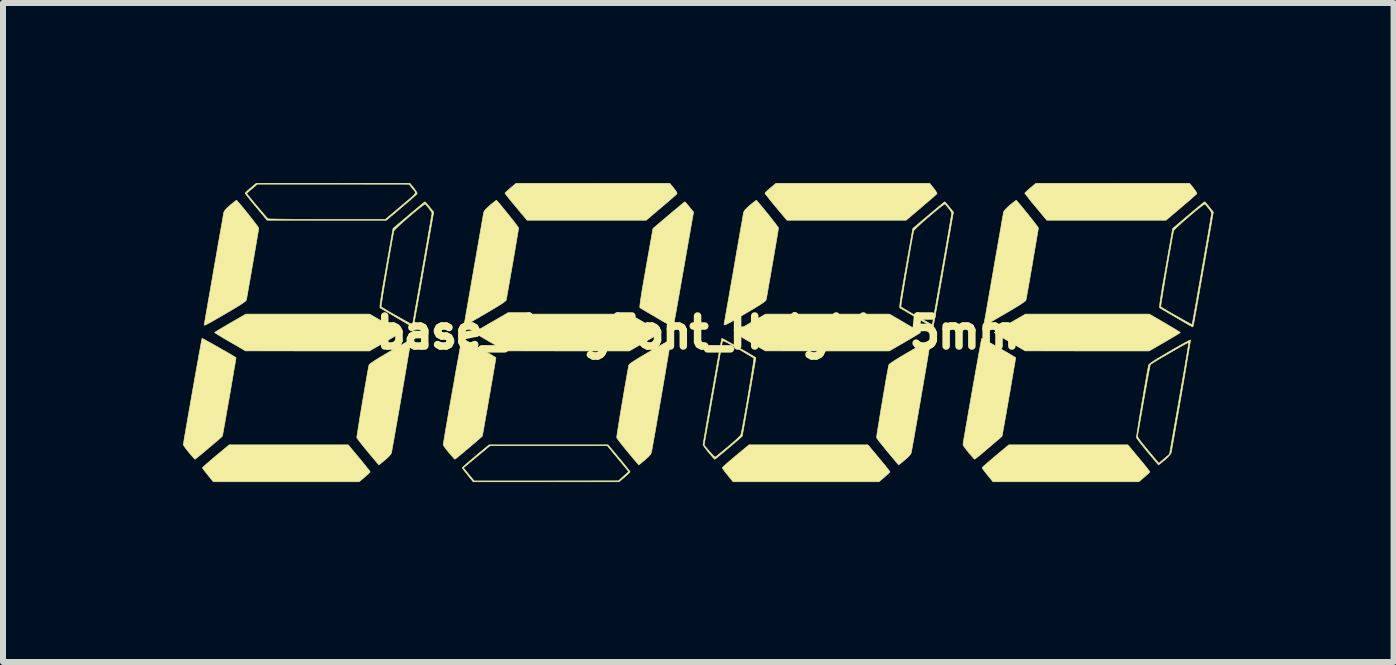
<source format=kicad_pcb>
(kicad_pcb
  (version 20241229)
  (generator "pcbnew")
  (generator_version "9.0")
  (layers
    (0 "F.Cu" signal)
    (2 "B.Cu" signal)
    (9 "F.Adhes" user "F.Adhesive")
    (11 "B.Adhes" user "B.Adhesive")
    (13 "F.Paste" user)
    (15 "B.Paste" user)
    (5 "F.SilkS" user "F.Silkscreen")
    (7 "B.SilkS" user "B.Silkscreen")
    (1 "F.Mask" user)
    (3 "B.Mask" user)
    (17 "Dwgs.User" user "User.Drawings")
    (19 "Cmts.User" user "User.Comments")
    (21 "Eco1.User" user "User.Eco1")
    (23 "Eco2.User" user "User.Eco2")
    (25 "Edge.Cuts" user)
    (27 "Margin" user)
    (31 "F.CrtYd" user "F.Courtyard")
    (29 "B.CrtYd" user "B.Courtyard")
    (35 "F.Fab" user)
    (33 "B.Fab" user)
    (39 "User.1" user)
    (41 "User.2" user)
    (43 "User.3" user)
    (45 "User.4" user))
  (footprint "base_7segFont_Height-5mm"
    (layer "F.Cu")
    (at 8.588 2.492)
    (property "Reference" "base_7segFont_Height-5mm" (at 0 0 0) (layer "F.SilkS") (effects (font (size 0.5 0.5) (thickness 0.125))))
    (attr through_hole)
    (fp_poly (pts (xy -5.651 2.092) (xy -5.597 2.157) (xy -5.55 2.216) (xy -5.511 2.265) (xy -5.483 2.3) (xy -5.47 2.32) (xy -5.469 2.323) (xy -5.479 2.335) (xy -5.505 2.36) (xy -5.542 2.393) (xy -5.561 2.41) (xy -5.652 2.487) (xy -8.083 2.487) (xy -8.173 2.376) (xy -8.21 2.33) (xy -8.24 2.291) (xy -8.259 2.264) (xy -8.264 2.255) (xy -8.254 2.243) (xy -8.227 2.217) (xy -8.184 2.18) (xy -8.13 2.133) (xy -8.068 2.08) (xy -8.041 2.057) (xy -7.818 1.872) (xy -5.835 1.872) (xy -5.651 2.092)) (stroke (width 0.01) (type solid)) (fill yes) (layer "F.SilkS"))
    (fp_poly (pts (xy -0.475 -2.486) (xy -0.41 -2.407) (xy -0.38 -2.367) (xy -0.36 -2.335) (xy -0.353 -2.315) (xy -0.354 -2.314) (xy -0.366 -2.302) (xy -0.395 -2.275) (xy -0.44 -2.236) (xy -0.496 -2.187) (xy -0.561 -2.132) (xy -0.615 -2.086) (xy -0.868 -1.872) (xy -2.854 -1.872) (xy -3.038 -2.092) (xy -3.092 -2.157) (xy -3.14 -2.216) (xy -3.179 -2.265) (xy -3.206 -2.3) (xy -3.22 -2.32) (xy -3.221 -2.323) (xy -3.211 -2.335) (xy -3.185 -2.36) (xy -3.147 -2.393) (xy -3.128 -2.41) (xy -3.036 -2.487) (xy -0.475 -2.486)) (stroke (width 0.01) (type solid)) (fill yes) (layer "F.SilkS"))
    (fp_poly (pts (xy 3.011 2.092) (xy 3.065 2.157) (xy 3.113 2.216) (xy 3.152 2.265) (xy 3.179 2.3) (xy 3.193 2.32) (xy 3.194 2.323) (xy 3.184 2.335) (xy 3.158 2.36) (xy 3.121 2.393) (xy 3.102 2.41) (xy 3.011 2.487) (xy 0.58 2.487) (xy 0.49 2.376) (xy 0.452 2.33) (xy 0.423 2.291) (xy 0.404 2.264) (xy 0.399 2.255) (xy 0.409 2.243) (xy 0.436 2.217) (xy 0.478 2.18) (xy 0.532 2.133) (xy 0.595 2.08) (xy 0.622 2.057) (xy 0.845 1.872) (xy 2.828 1.872) (xy 3.011 2.092)) (stroke (width 0.01) (type solid)) (fill yes) (layer "F.SilkS"))
    (fp_poly (pts (xy 7.343 2.092) (xy 7.397 2.157) (xy 7.445 2.216) (xy 7.483 2.265) (xy 7.511 2.3) (xy 7.524 2.32) (xy 7.526 2.323) (xy 7.516 2.335) (xy 7.49 2.36) (xy 7.452 2.393) (xy 7.433 2.41) (xy 7.342 2.487) (xy 4.911 2.487) (xy 4.821 2.376) (xy 4.784 2.33) (xy 4.754 2.291) (xy 4.735 2.264) (xy 4.73 2.255) (xy 4.74 2.243) (xy 4.768 2.217) (xy 4.81 2.18) (xy 4.864 2.133) (xy 4.926 2.08) (xy 4.953 2.057) (xy 5.176 1.872) (xy 7.159 1.872) (xy 7.343 2.092)) (stroke (width 0.01) (type solid)) (fill yes) (layer "F.SilkS"))
    (fp_poly (pts (xy 8.188 -2.486) (xy 8.253 -2.407) (xy 8.282 -2.367) (xy 8.303 -2.335) (xy 8.31 -2.315) (xy 8.309 -2.314) (xy 8.297 -2.302) (xy 8.267 -2.275) (xy 8.223 -2.236) (xy 8.167 -2.187) (xy 8.102 -2.132) (xy 8.048 -2.086) (xy 7.795 -1.872) (xy 5.808 -1.872) (xy 5.625 -2.092) (xy 5.571 -2.157) (xy 5.523 -2.216) (xy 5.484 -2.265) (xy 5.457 -2.3) (xy 5.443 -2.32) (xy 5.442 -2.323) (xy 5.452 -2.335) (xy 5.478 -2.36) (xy 5.515 -2.393) (xy 5.535 -2.41) (xy 5.627 -2.487) (xy 8.188 -2.486)) (stroke (width 0.01) (type solid)) (fill yes) (layer "F.SilkS"))
    (fp_poly (pts (xy 2.576 -2.486) (xy 3.857 -2.486) (xy 3.921 -2.407) (xy 3.951 -2.367) (xy 3.971 -2.335) (xy 3.978 -2.315) (xy 3.978 -2.314) (xy 3.966 -2.302) (xy 3.936 -2.275) (xy 3.892 -2.236) (xy 3.835 -2.187) (xy 3.77 -2.132) (xy 3.717 -2.086) (xy 3.464 -1.872) (xy 1.477 -1.872) (xy 1.293 -2.092) (xy 1.239 -2.157) (xy 1.191 -2.216) (xy 1.153 -2.265) (xy 1.125 -2.3) (xy 1.112 -2.32) (xy 1.111 -2.323) (xy 1.121 -2.335) (xy 1.147 -2.36) (xy 1.184 -2.393) (xy 1.203 -2.41) (xy 1.295 -2.487) (xy 2.576 -2.486)) (stroke (width 0.01) (type solid)) (fill yes) (layer "F.SilkS"))
    (fp_poly (pts (xy -5.219 -0.157) (xy -5.144 -0.113) (xy -5.078 -0.074) (xy -5.023 -0.041) (xy -4.984 -0.017) (xy -4.963 -0.003) (xy -4.96 0) (xy -4.971 0.008) (xy -5.002 0.028) (xy -5.05 0.057) (xy -5.111 0.093) (xy -5.182 0.135) (xy -5.22 0.157) (xy -5.48 0.307) (xy -6.513 0.307) (xy -7.546 0.306) (xy -7.804 0.156) (xy -7.878 0.113) (xy -7.944 0.074) (xy -7.998 0.041) (xy -8.037 0.016) (xy -8.058 0.002) (xy -8.061 0) (xy -8.05 -0.008) (xy -8.019 -0.028) (xy -7.971 -0.057) (xy -7.91 -0.093) (xy -7.839 -0.135) (xy -7.801 -0.157) (xy -7.541 -0.307) (xy -5.477 -0.307) (xy -5.219 -0.157)) (stroke (width 0.01) (type solid)) (fill yes) (layer "F.SilkS"))
    (fp_poly (pts (xy -0.887 -0.157) (xy -0.813 -0.113) (xy -0.746 -0.074) (xy -0.692 -0.041) (xy -0.653 -0.017) (xy -0.631 -0.003) (xy -0.629 0) (xy -0.64 0.008) (xy -0.671 0.028) (xy -0.718 0.057) (xy -0.779 0.093) (xy -0.85 0.135) (xy -0.889 0.157) (xy -1.148 0.307) (xy -2.182 0.307) (xy -3.215 0.306) (xy -3.472 0.156) (xy -3.547 0.113) (xy -3.613 0.074) (xy -3.667 0.041) (xy -3.706 0.016) (xy -3.727 0.002) (xy -3.729 0) (xy -3.718 -0.008) (xy -3.687 -0.028) (xy -3.64 -0.057) (xy -3.579 -0.093) (xy -3.508 -0.135) (xy -3.47 -0.157) (xy -3.21 -0.307) (xy -1.146 -0.307) (xy -0.887 -0.157)) (stroke (width 0.01) (type solid)) (fill yes) (layer "F.SilkS"))
    (fp_poly (pts (xy 3.444 -0.157) (xy 3.519 -0.113) (xy 3.585 -0.074) (xy 3.639 -0.041) (xy 3.679 -0.017) (xy 3.7 -0.003) (xy 3.703 0) (xy 3.691 0.008) (xy 3.661 0.028) (xy 3.613 0.057) (xy 3.552 0.093) (xy 3.481 0.135) (xy 3.443 0.157) (xy 3.183 0.307) (xy 2.15 0.307) (xy 1.116 0.306) (xy 0.859 0.156) (xy 0.785 0.113) (xy 0.719 0.074) (xy 0.665 0.041) (xy 0.625 0.016) (xy 0.605 0.002) (xy 0.602 0) (xy 0.613 -0.008) (xy 0.644 -0.028) (xy 0.692 -0.057) (xy 0.752 -0.093) (xy 0.824 -0.135) (xy 0.862 -0.157) (xy 1.122 -0.307) (xy 3.186 -0.307) (xy 3.444 -0.157)) (stroke (width 0.01) (type solid)) (fill yes) (layer "F.SilkS"))
    (fp_poly (pts (xy 7.776 -0.157) (xy 7.85 -0.113) (xy 7.916 -0.074) (xy 7.971 -0.041) (xy 8.01 -0.017) (xy 8.031 -0.003) (xy 8.034 0) (xy 8.023 0.008) (xy 7.992 0.028) (xy 7.944 0.057) (xy 7.883 0.093) (xy 7.812 0.135) (xy 7.774 0.157) (xy 7.515 0.307) (xy 6.481 0.307) (xy 5.448 0.306) (xy 5.191 0.156) (xy 5.116 0.113) (xy 5.05 0.074) (xy 4.996 0.041) (xy 4.957 0.016) (xy 4.936 0.002) (xy 4.933 0) (xy 4.944 -0.008) (xy 4.975 -0.028) (xy 5.023 -0.057) (xy 5.084 -0.093) (xy 5.155 -0.135) (xy 5.193 -0.157) (xy 5.453 -0.307) (xy 7.517 -0.307) (xy 7.776 -0.157)) (stroke (width 0.01) (type solid)) (fill yes) (layer "F.SilkS"))
    (fp_poly (pts (xy -1.32 2.092) (xy -1.266 2.157) (xy -1.218 2.216) (xy -1.179 2.265) (xy -1.152 2.3) (xy -1.138 2.32) (xy -1.137 2.323) (xy -1.147 2.335) (xy -1.173 2.36) (xy -1.21 2.393) (xy -1.229 2.41) (xy -1.321 2.487) (xy -3.752 2.487) (xy -3.842 2.376) (xy -3.879 2.33) (xy -3.909 2.291) (xy -3.928 2.264) (xy -3.932 2.255) (xy -3.915 2.255) (xy -3.826 2.364) (xy -3.736 2.473) (xy -2.533 2.473) (xy -1.33 2.472) (xy -1.245 2.395) (xy -1.159 2.318) (xy -1.338 2.101) (xy -1.517 1.885) (xy -2.494 1.885) (xy -3.47 1.885) (xy -3.915 2.255) (xy -3.932 2.255) (xy -3.932 2.255) (xy -3.923 2.243) (xy -3.895 2.217) (xy -3.853 2.18) (xy -3.799 2.133) (xy -3.736 2.08) (xy -3.71 2.057) (xy -3.486 1.872) (xy -1.504 1.872) (xy -1.32 2.092)) (stroke (width 0.01) (type solid)) (fill yes) (layer "F.SilkS"))
    (fp_poly (pts (xy -0.213 -2.169) (xy -0.191 -2.144) (xy -0.16 -2.107) (xy -0.149 -2.093) (xy -0.079 -2.007) (xy -0.24 -1.087) (xy -0.273 -0.901) (xy -0.301 -0.74) (xy -0.325 -0.602) (xy -0.346 -0.485) (xy -0.363 -0.388) (xy -0.377 -0.308) (xy -0.389 -0.244) (xy -0.398 -0.194) (xy -0.405 -0.156) (xy -0.411 -0.129) (xy -0.415 -0.111) (xy -0.418 -0.101) (xy -0.42 -0.095) (xy -0.422 -0.094) (xy -0.424 -0.094) (xy -0.426 -0.095) (xy -0.439 -0.102) (xy -0.472 -0.12) (xy -0.522 -0.148) (xy -0.584 -0.184) (xy -0.656 -0.226) (xy -0.695 -0.249) (xy -0.771 -0.294) (xy -0.84 -0.334) (xy -0.898 -0.368) (xy -0.941 -0.394) (xy -0.967 -0.409) (xy -0.972 -0.412) (xy -0.974 -0.421) (xy -0.974 -0.446) (xy -0.969 -0.487) (xy -0.961 -0.547) (xy -0.949 -0.626) (xy -0.933 -0.726) (xy -0.912 -0.848) (xy -0.886 -0.995) (xy -0.872 -1.078) (xy -0.755 -1.734) (xy -0.492 -1.957) (xy -0.421 -2.017) (xy -0.356 -2.07) (xy -0.302 -2.116) (xy -0.259 -2.151) (xy -0.232 -2.172) (xy -0.223 -2.179) (xy -0.213 -2.169)) (stroke (width 0.01) (type solid)) (fill yes) (layer "F.SilkS"))
    (fp_poly (pts (xy -4.793 0.137) (xy -4.798 0.175) (xy -4.808 0.233) (xy -4.82 0.31) (xy -4.836 0.404) (xy -4.854 0.511) (xy -4.874 0.629) (xy -4.895 0.755) (xy -4.918 0.888) (xy -4.941 1.024) (xy -4.965 1.161) (xy -4.988 1.296) (xy -5.011 1.427) (xy -5.033 1.551) (xy -5.053 1.666) (xy -5.071 1.77) (xy -5.087 1.858) (xy -5.1 1.93) (xy -5.109 1.983) (xy -5.114 2.006) (xy -5.129 2.033) (xy -5.164 2.072) (xy -5.216 2.119) (xy -5.22 2.123) (xy -5.263 2.158) (xy -5.297 2.186) (xy -5.319 2.203) (xy -5.323 2.205) (xy -5.333 2.196) (xy -5.357 2.168) (xy -5.392 2.126) (xy -5.437 2.072) (xy -5.489 2.01) (xy -5.506 1.99) (xy -5.56 1.924) (xy -5.608 1.864) (xy -5.647 1.814) (xy -5.676 1.776) (xy -5.69 1.754) (xy -5.691 1.752) (xy -5.69 1.736) (xy -5.684 1.696) (xy -5.675 1.637) (xy -5.663 1.562) (xy -5.649 1.473) (xy -5.633 1.373) (xy -5.615 1.267) (xy -5.597 1.157) (xy -5.578 1.047) (xy -5.56 0.939) (xy -5.542 0.838) (xy -5.526 0.745) (xy -5.512 0.665) (xy -5.5 0.601) (xy -5.491 0.555) (xy -5.488 0.541) (xy -5.476 0.527) (xy -5.444 0.502) (xy -5.391 0.467) (xy -5.317 0.421) (xy -5.22 0.363) (xy -5.14 0.316) (xy -5.053 0.266) (xy -4.974 0.221) (xy -4.906 0.183) (xy -4.851 0.153) (xy -4.812 0.133) (xy -4.793 0.124) (xy -4.791 0.124) (xy -4.793 0.137)) (stroke (width 0.01) (type solid)) (fill yes) (layer "F.SilkS"))
    (fp_poly (pts (xy -0.461 0.137) (xy -0.467 0.175) (xy -0.476 0.233) (xy -0.489 0.31) (xy -0.505 0.404) (xy -0.523 0.511) (xy -0.543 0.629) (xy -0.564 0.755) (xy -0.587 0.888) (xy -0.61 1.024) (xy -0.634 1.161) (xy -0.657 1.296) (xy -0.68 1.427) (xy -0.701 1.551) (xy -0.721 1.666) (xy -0.74 1.77) (xy -0.755 1.858) (xy -0.768 1.93) (xy -0.778 1.983) (xy -0.783 2.006) (xy -0.798 2.033) (xy -0.833 2.072) (xy -0.885 2.119) (xy -0.889 2.123) (xy -0.932 2.158) (xy -0.966 2.186) (xy -0.987 2.203) (xy -0.992 2.205) (xy -1.001 2.196) (xy -1.025 2.168) (xy -1.061 2.126) (xy -1.106 2.072) (xy -1.158 2.01) (xy -1.175 1.99) (xy -1.229 1.924) (xy -1.277 1.864) (xy -1.316 1.814) (xy -1.344 1.776) (xy -1.358 1.754) (xy -1.36 1.752) (xy -1.358 1.736) (xy -1.353 1.696) (xy -1.344 1.637) (xy -1.332 1.562) (xy -1.318 1.473) (xy -1.302 1.373) (xy -1.284 1.267) (xy -1.266 1.157) (xy -1.247 1.047) (xy -1.229 0.939) (xy -1.211 0.838) (xy -1.195 0.745) (xy -1.181 0.665) (xy -1.169 0.601) (xy -1.16 0.555) (xy -1.157 0.541) (xy -1.145 0.527) (xy -1.113 0.502) (xy -1.06 0.467) (xy -0.986 0.421) (xy -0.889 0.363) (xy -0.808 0.316) (xy -0.722 0.266) (xy -0.643 0.221) (xy -0.575 0.183) (xy -0.52 0.153) (xy -0.481 0.133) (xy -0.462 0.124) (xy -0.46 0.124) (xy -0.461 0.137)) (stroke (width 0.01) (type solid)) (fill yes) (layer "F.SilkS"))
    (fp_poly (pts (xy 3.87 0.137) (xy 3.864 0.175) (xy 3.855 0.233) (xy 3.842 0.31) (xy 3.827 0.404) (xy 3.809 0.511) (xy 3.789 0.629) (xy 3.767 0.755) (xy 3.745 0.888) (xy 3.721 1.024) (xy 3.698 1.161) (xy 3.674 1.296) (xy 3.652 1.427) (xy 3.63 1.551) (xy 3.61 1.666) (xy 3.592 1.77) (xy 3.576 1.858) (xy 3.563 1.93) (xy 3.553 1.983) (xy 3.549 2.006) (xy 3.534 2.033) (xy 3.499 2.072) (xy 3.447 2.119) (xy 3.442 2.123) (xy 3.4 2.158) (xy 3.365 2.186) (xy 3.344 2.203) (xy 3.339 2.205) (xy 3.33 2.196) (xy 3.306 2.168) (xy 3.271 2.126) (xy 3.225 2.072) (xy 3.174 2.01) (xy 3.157 1.99) (xy 3.103 1.924) (xy 3.055 1.864) (xy 3.015 1.814) (xy 2.987 1.776) (xy 2.973 1.754) (xy 2.972 1.752) (xy 2.973 1.736) (xy 2.978 1.696) (xy 2.987 1.637) (xy 2.999 1.562) (xy 3.014 1.473) (xy 3.03 1.373) (xy 3.047 1.267) (xy 3.066 1.157) (xy 3.084 1.047) (xy 3.103 0.939) (xy 3.12 0.838) (xy 3.136 0.745) (xy 3.151 0.665) (xy 3.163 0.601) (xy 3.172 0.555) (xy 3.175 0.541) (xy 3.186 0.527) (xy 3.218 0.502) (xy 3.271 0.467) (xy 3.346 0.421) (xy 3.442 0.363) (xy 3.523 0.316) (xy 3.609 0.266) (xy 3.688 0.221) (xy 3.757 0.183) (xy 3.812 0.153) (xy 3.85 0.133) (xy 3.87 0.124) (xy 3.871 0.124) (xy 3.87 0.137)) (stroke (width 0.01) (type solid)) (fill yes) (layer "F.SilkS"))
    (fp_poly (pts (xy -8.258 0.103) (xy -8.227 0.119) (xy -8.18 0.145) (xy -8.122 0.177) (xy -8.056 0.214) (xy -7.986 0.254) (xy -7.917 0.294) (xy -7.851 0.331) (xy -7.793 0.365) (xy -7.746 0.393) (xy -7.715 0.412) (xy -7.704 0.419) (xy -7.706 0.433) (xy -7.712 0.469) (xy -7.721 0.526) (xy -7.734 0.599) (xy -7.749 0.687) (xy -7.766 0.786) (xy -7.784 0.893) (xy -7.803 1.005) (xy -7.823 1.118) (xy -7.843 1.231) (xy -7.862 1.339) (xy -7.879 1.439) (xy -7.895 1.53) (xy -7.909 1.607) (xy -7.92 1.667) (xy -7.927 1.708) (xy -7.931 1.726) (xy -7.931 1.727) (xy -7.942 1.737) (xy -7.969 1.762) (xy -8.01 1.797) (xy -8.061 1.841) (xy -8.117 1.889) (xy -8.177 1.939) (xy -8.235 1.988) (xy -8.289 2.033) (xy -8.334 2.07) (xy -8.368 2.097) (xy -8.386 2.111) (xy -8.388 2.112) (xy -8.399 2.103) (xy -8.422 2.077) (xy -8.456 2.038) (xy -8.488 2) (xy -8.527 1.953) (xy -8.557 1.912) (xy -8.577 1.882) (xy -8.583 1.869) (xy -8.58 1.852) (xy -8.574 1.812) (xy -8.564 1.751) (xy -8.55 1.671) (xy -8.534 1.577) (xy -8.515 1.469) (xy -8.495 1.351) (xy -8.473 1.226) (xy -8.45 1.096) (xy -8.427 0.964) (xy -8.404 0.832) (xy -8.381 0.703) (xy -8.359 0.58) (xy -8.338 0.465) (xy -8.32 0.361) (xy -8.303 0.271) (xy -8.29 0.197) (xy -8.279 0.141) (xy -8.273 0.108) (xy -8.27 0.098) (xy -8.258 0.103)) (stroke (width 0.01) (type solid)) (fill yes) (layer "F.SilkS"))
    (fp_poly (pts (xy -7.663 -2.169) (xy -7.623 -2.122) (xy -7.577 -2.066) (xy -7.527 -2.005) (xy -7.478 -1.943) (xy -7.43 -1.883) (xy -7.389 -1.829) (xy -7.356 -1.785) (xy -7.334 -1.754) (xy -7.326 -1.74) (xy -7.328 -1.723) (xy -7.334 -1.684) (xy -7.344 -1.624) (xy -7.357 -1.548) (xy -7.372 -1.459) (xy -7.389 -1.36) (xy -7.407 -1.254) (xy -7.426 -1.145) (xy -7.445 -1.035) (xy -7.463 -0.929) (xy -7.481 -0.829) (xy -7.497 -0.738) (xy -7.51 -0.661) (xy -7.521 -0.6) (xy -7.529 -0.558) (xy -7.533 -0.54) (xy -7.543 -0.526) (xy -7.571 -0.504) (xy -7.616 -0.473) (xy -7.682 -0.432) (xy -7.768 -0.38) (xy -7.864 -0.324) (xy -7.967 -0.264) (xy -8.05 -0.216) (xy -8.114 -0.179) (xy -8.162 -0.153) (xy -8.196 -0.135) (xy -8.218 -0.125) (xy -8.23 -0.122) (xy -8.235 -0.123) (xy -8.235 -0.125) (xy -8.233 -0.139) (xy -8.226 -0.177) (xy -8.216 -0.236) (xy -8.203 -0.313) (xy -8.187 -0.407) (xy -8.168 -0.515) (xy -8.147 -0.633) (xy -8.125 -0.76) (xy -8.102 -0.892) (xy -8.079 -1.028) (xy -8.055 -1.164) (xy -8.031 -1.299) (xy -8.009 -1.429) (xy -7.987 -1.553) (xy -7.967 -1.666) (xy -7.949 -1.768) (xy -7.934 -1.855) (xy -7.922 -1.925) (xy -7.913 -1.975) (xy -7.908 -2.002) (xy -7.907 -2.006) (xy -7.892 -2.033) (xy -7.857 -2.072) (xy -7.806 -2.119) (xy -7.799 -2.125) (xy -7.756 -2.16) (xy -7.722 -2.187) (xy -7.7 -2.202) (xy -7.694 -2.204) (xy -7.663 -2.169)) (stroke (width 0.01) (type solid)) (fill yes) (layer "F.SilkS"))
    (fp_poly (pts (xy -3.927 0.103) (xy -3.896 0.119) (xy -3.849 0.145) (xy -3.791 0.177) (xy -3.725 0.214) (xy -3.655 0.254) (xy -3.585 0.294) (xy -3.52 0.331) (xy -3.461 0.365) (xy -3.415 0.393) (xy -3.384 0.412) (xy -3.373 0.419) (xy -3.375 0.433) (xy -3.38 0.469) (xy -3.39 0.526) (xy -3.402 0.599) (xy -3.417 0.687) (xy -3.434 0.786) (xy -3.453 0.893) (xy -3.472 1.005) (xy -3.492 1.118) (xy -3.511 1.231) (xy -3.53 1.339) (xy -3.548 1.439) (xy -3.564 1.53) (xy -3.577 1.607) (xy -3.588 1.667) (xy -3.596 1.708) (xy -3.6 1.726) (xy -3.6 1.727) (xy -3.61 1.737) (xy -3.638 1.762) (xy -3.679 1.797) (xy -3.729 1.841) (xy -3.786 1.889) (xy -3.845 1.939) (xy -3.904 1.988) (xy -3.957 2.033) (xy -4.003 2.07) (xy -4.036 2.097) (xy -4.055 2.111) (xy -4.057 2.112) (xy -4.067 2.103) (xy -4.091 2.077) (xy -4.124 2.038) (xy -4.157 2) (xy -4.195 1.953) (xy -4.226 1.912) (xy -4.246 1.882) (xy -4.251 1.869) (xy -4.249 1.852) (xy -4.242 1.812) (xy -4.232 1.751) (xy -4.219 1.671) (xy -4.203 1.577) (xy -4.184 1.469) (xy -4.164 1.351) (xy -4.142 1.226) (xy -4.119 1.096) (xy -4.096 0.964) (xy -4.072 0.832) (xy -4.05 0.703) (xy -4.028 0.58) (xy -4.007 0.465) (xy -3.988 0.361) (xy -3.972 0.271) (xy -3.958 0.197) (xy -3.948 0.141) (xy -3.941 0.108) (xy -3.939 0.098) (xy -3.927 0.103)) (stroke (width 0.01) (type solid)) (fill yes) (layer "F.SilkS"))
    (fp_poly (pts (xy 4.736 0.103) (xy 4.767 0.119) (xy 4.814 0.145) (xy 4.872 0.177) (xy 4.938 0.214) (xy 5.008 0.254) (xy 5.077 0.294) (xy 5.143 0.331) (xy 5.201 0.365) (xy 5.248 0.393) (xy 5.279 0.412) (xy 5.29 0.419) (xy 5.288 0.433) (xy 5.282 0.469) (xy 5.273 0.526) (xy 5.26 0.599) (xy 5.245 0.687) (xy 5.228 0.786) (xy 5.21 0.893) (xy 5.191 1.005) (xy 5.171 1.118) (xy 5.151 1.231) (xy 5.133 1.339) (xy 5.115 1.439) (xy 5.099 1.53) (xy 5.085 1.607) (xy 5.074 1.667) (xy 5.067 1.708) (xy 5.063 1.726) (xy 5.063 1.727) (xy 5.052 1.737) (xy 5.025 1.762) (xy 4.984 1.797) (xy 4.933 1.841) (xy 4.877 1.889) (xy 4.817 1.939) (xy 4.759 1.988) (xy 4.706 2.033) (xy 4.66 2.07) (xy 4.626 2.097) (xy 4.608 2.111) (xy 4.606 2.112) (xy 4.596 2.103) (xy 4.572 2.077) (xy 4.538 2.038) (xy 4.506 2) (xy 4.467 1.953) (xy 4.437 1.912) (xy 4.417 1.882) (xy 4.412 1.869) (xy 4.414 1.852) (xy 4.42 1.812) (xy 4.43 1.751) (xy 4.444 1.671) (xy 4.46 1.577) (xy 4.479 1.469) (xy 4.499 1.351) (xy 4.521 1.226) (xy 4.544 1.096) (xy 4.567 0.964) (xy 4.59 0.832) (xy 4.613 0.703) (xy 4.635 0.58) (xy 4.656 0.465) (xy 4.674 0.361) (xy 4.691 0.271) (xy 4.704 0.197) (xy 4.715 0.141) (xy 4.721 0.108) (xy 4.724 0.098) (xy 4.736 0.103)) (stroke (width 0.01) (type solid)) (fill yes) (layer "F.SilkS"))
    (fp_poly (pts (xy -4.806 -2.486) (xy -4.741 -2.407) (xy -4.712 -2.367) (xy -4.692 -2.335) (xy -4.685 -2.315) (xy -4.685 -2.314) (xy -4.697 -2.302) (xy -4.727 -2.275) (xy -4.771 -2.236) (xy -4.827 -2.187) (xy -4.892 -2.132) (xy -4.946 -2.086) (xy -5.199 -1.872) (xy -7.186 -1.872) (xy -7.369 -2.092) (xy -7.424 -2.157) (xy -7.471 -2.216) (xy -7.51 -2.265) (xy -7.537 -2.3) (xy -7.549 -2.317) (xy -7.526 -2.317) (xy -7.518 -2.305) (xy -7.496 -2.277) (xy -7.462 -2.236) (xy -7.421 -2.185) (xy -7.375 -2.13) (xy -7.327 -2.073) (xy -7.28 -2.018) (xy -7.238 -1.969) (xy -7.204 -1.929) (xy -7.181 -1.904) (xy -7.173 -1.895) (xy -7.157 -1.894) (xy -7.118 -1.892) (xy -7.055 -1.891) (xy -6.972 -1.889) (xy -6.871 -1.888) (xy -6.755 -1.887) (xy -6.624 -1.886) (xy -6.481 -1.886) (xy -6.329 -1.885) (xy -6.187 -1.885) (xy -5.215 -1.885) (xy -4.984 -2.08) (xy -4.9 -2.151) (xy -4.833 -2.207) (xy -4.784 -2.249) (xy -4.749 -2.281) (xy -4.727 -2.305) (xy -4.717 -2.324) (xy -4.716 -2.339) (xy -4.723 -2.354) (xy -4.737 -2.371) (xy -4.755 -2.391) (xy -4.76 -2.398) (xy -4.819 -2.472) (xy -6.085 -2.473) (xy -7.35 -2.473) (xy -7.438 -2.398) (xy -7.478 -2.364) (xy -7.508 -2.336) (xy -7.525 -2.32) (xy -7.526 -2.317) (xy -7.549 -2.317) (xy -7.551 -2.32) (xy -7.552 -2.323) (xy -7.542 -2.335) (xy -7.516 -2.36) (xy -7.479 -2.393) (xy -7.459 -2.41) (xy -7.367 -2.487) (xy -4.806 -2.486)) (stroke (width 0.01) (type solid)) (fill yes) (layer "F.SilkS"))
    (fp_poly (pts (xy -3.332 -2.169) (xy -3.293 -2.123) (xy -3.247 -2.067) (xy -3.198 -2.007) (xy -3.148 -1.945) (xy -3.101 -1.885) (xy -3.059 -1.832) (xy -3.025 -1.787) (xy -3.003 -1.756) (xy -2.995 -1.742) (xy -2.995 -1.742) (xy -2.997 -1.726) (xy -3.003 -1.687) (xy -3.013 -1.628) (xy -3.025 -1.552) (xy -3.04 -1.463) (xy -3.057 -1.364) (xy -3.075 -1.258) (xy -3.094 -1.149) (xy -3.113 -1.04) (xy -3.132 -0.933) (xy -3.149 -0.833) (xy -3.165 -0.742) (xy -3.179 -0.664) (xy -3.19 -0.602) (xy -3.198 -0.56) (xy -3.201 -0.541) (xy -3.213 -0.526) (xy -3.244 -0.502) (xy -3.296 -0.467) (xy -3.369 -0.422) (xy -3.464 -0.365) (xy -3.532 -0.325) (xy -3.635 -0.265) (xy -3.718 -0.217) (xy -3.781 -0.18) (xy -3.829 -0.154) (xy -3.862 -0.137) (xy -3.884 -0.128) (xy -3.896 -0.126) (xy -3.902 -0.13) (xy -3.902 -0.14) (xy -3.899 -0.153) (xy -3.899 -0.155) (xy -3.895 -0.175) (xy -3.887 -0.218) (xy -3.876 -0.284) (xy -3.861 -0.369) (xy -3.843 -0.471) (xy -3.823 -0.588) (xy -3.8 -0.718) (xy -3.776 -0.858) (xy -3.75 -1.006) (xy -3.737 -1.083) (xy -3.71 -1.234) (xy -3.685 -1.379) (xy -3.662 -1.514) (xy -3.64 -1.637) (xy -3.621 -1.746) (xy -3.605 -1.84) (xy -3.592 -1.914) (xy -3.582 -1.969) (xy -3.577 -2) (xy -3.575 -2.006) (xy -3.56 -2.034) (xy -3.525 -2.072) (xy -3.472 -2.12) (xy -3.468 -2.124) (xy -3.425 -2.159) (xy -3.39 -2.186) (xy -3.368 -2.202) (xy -3.363 -2.204) (xy -3.332 -2.169)) (stroke (width 0.01) (type solid)) (fill yes) (layer "F.SilkS"))
    (fp_poly (pts (xy 0.999 -2.169) (xy 1.039 -2.123) (xy 1.085 -2.067) (xy 1.134 -2.007) (xy 1.184 -1.945) (xy 1.231 -1.885) (xy 1.273 -1.832) (xy 1.306 -1.787) (xy 1.329 -1.756) (xy 1.337 -1.742) (xy 1.337 -1.742) (xy 1.335 -1.726) (xy 1.328 -1.687) (xy 1.319 -1.628) (xy 1.306 -1.552) (xy 1.291 -1.463) (xy 1.274 -1.364) (xy 1.256 -1.258) (xy 1.237 -1.149) (xy 1.218 -1.04) (xy 1.2 -0.933) (xy 1.182 -0.833) (xy 1.166 -0.742) (xy 1.153 -0.664) (xy 1.142 -0.602) (xy 1.134 -0.56) (xy 1.13 -0.541) (xy 1.118 -0.526) (xy 1.087 -0.502) (xy 1.035 -0.467) (xy 0.962 -0.422) (xy 0.867 -0.365) (xy 0.799 -0.325) (xy 0.696 -0.265) (xy 0.614 -0.217) (xy 0.55 -0.18) (xy 0.502 -0.154) (xy 0.469 -0.137) (xy 0.447 -0.128) (xy 0.435 -0.126) (xy 0.43 -0.13) (xy 0.43 -0.14) (xy 0.432 -0.153) (xy 0.433 -0.155) (xy 0.436 -0.175) (xy 0.444 -0.218) (xy 0.455 -0.284) (xy 0.47 -0.369) (xy 0.488 -0.471) (xy 0.509 -0.588) (xy 0.531 -0.718) (xy 0.556 -0.858) (xy 0.582 -1.006) (xy 0.595 -1.083) (xy 0.621 -1.234) (xy 0.646 -1.379) (xy 0.67 -1.514) (xy 0.691 -1.637) (xy 0.71 -1.746) (xy 0.727 -1.84) (xy 0.74 -1.914) (xy 0.749 -1.969) (xy 0.755 -2) (xy 0.756 -2.006) (xy 0.771 -2.034) (xy 0.806 -2.072) (xy 0.859 -2.12) (xy 0.864 -2.124) (xy 0.907 -2.159) (xy 0.942 -2.186) (xy 0.964 -2.202) (xy 0.969 -2.204) (xy 0.999 -2.169)) (stroke (width 0.01) (type solid)) (fill yes) (layer "F.SilkS"))
    (fp_poly (pts (xy 5.33 -2.169) (xy 5.37 -2.123) (xy 5.416 -2.067) (xy 5.465 -2.007) (xy 5.515 -1.945) (xy 5.562 -1.885) (xy 5.604 -1.832) (xy 5.638 -1.787) (xy 5.66 -1.756) (xy 5.668 -1.742) (xy 5.668 -1.742) (xy 5.666 -1.726) (xy 5.66 -1.687) (xy 5.65 -1.628) (xy 5.637 -1.552) (xy 5.622 -1.463) (xy 5.605 -1.364) (xy 5.587 -1.258) (xy 5.569 -1.149) (xy 5.55 -1.04) (xy 5.531 -0.933) (xy 5.514 -0.833) (xy 5.498 -0.742) (xy 5.484 -0.664) (xy 5.473 -0.602) (xy 5.465 -0.56) (xy 5.461 -0.541) (xy 5.45 -0.526) (xy 5.418 -0.502) (xy 5.367 -0.467) (xy 5.294 -0.422) (xy 5.199 -0.365) (xy 5.131 -0.325) (xy 5.027 -0.265) (xy 4.945 -0.217) (xy 4.881 -0.18) (xy 4.834 -0.154) (xy 4.8 -0.137) (xy 4.779 -0.128) (xy 4.766 -0.126) (xy 4.761 -0.13) (xy 4.761 -0.14) (xy 4.764 -0.153) (xy 4.764 -0.155) (xy 4.768 -0.175) (xy 4.775 -0.218) (xy 4.787 -0.284) (xy 4.802 -0.369) (xy 4.82 -0.471) (xy 4.84 -0.588) (xy 4.863 -0.718) (xy 4.887 -0.858) (xy 4.913 -1.006) (xy 4.926 -1.083) (xy 4.952 -1.234) (xy 4.978 -1.379) (xy 5.001 -1.514) (xy 5.023 -1.637) (xy 5.042 -1.746) (xy 5.058 -1.84) (xy 5.071 -1.914) (xy 5.081 -1.969) (xy 5.086 -2) (xy 5.087 -2.006) (xy 5.103 -2.034) (xy 5.138 -2.072) (xy 5.19 -2.12) (xy 5.195 -2.124) (xy 5.238 -2.159) (xy 5.273 -2.186) (xy 5.295 -2.202) (xy 5.3 -2.204) (xy 5.33 -2.169)) (stroke (width 0.01) (type solid)) (fill yes) (layer "F.SilkS"))
    (fp_poly (pts (xy 8.201 0.137) (xy 8.196 0.175) (xy 8.186 0.233) (xy 8.174 0.31) (xy 8.158 0.404) (xy 8.14 0.511) (xy 8.12 0.629) (xy 8.099 0.755) (xy 8.076 0.888) (xy 8.053 1.024) (xy 8.029 1.161) (xy 8.006 1.296) (xy 7.983 1.427) (xy 7.961 1.551) (xy 7.941 1.666) (xy 7.923 1.77) (xy 7.907 1.858) (xy 7.894 1.93) (xy 7.885 1.983) (xy 7.88 2.006) (xy 7.865 2.033) (xy 7.83 2.072) (xy 7.778 2.119) (xy 7.774 2.123) (xy 7.731 2.158) (xy 7.697 2.186) (xy 7.675 2.203) (xy 7.671 2.205) (xy 7.661 2.196) (xy 7.638 2.168) (xy 7.602 2.126) (xy 7.557 2.072) (xy 7.505 2.01) (xy 7.488 1.99) (xy 7.434 1.924) (xy 7.386 1.864) (xy 7.347 1.814) (xy 7.319 1.776) (xy 7.304 1.754) (xy 7.303 1.752) (xy 7.304 1.736) (xy 7.307 1.719) (xy 7.32 1.719) (xy 7.322 1.734) (xy 7.334 1.759) (xy 7.359 1.795) (xy 7.398 1.846) (xy 7.452 1.913) (xy 7.494 1.963) (xy 7.675 2.18) (xy 7.854 2.028) (xy 8.017 1.098) (xy 8.044 0.944) (xy 8.07 0.798) (xy 8.093 0.662) (xy 8.115 0.538) (xy 8.133 0.427) (xy 8.149 0.334) (xy 8.161 0.258) (xy 8.17 0.203) (xy 8.174 0.171) (xy 8.175 0.163) (xy 8.162 0.168) (xy 8.131 0.184) (xy 8.083 0.21) (xy 8.023 0.244) (xy 7.955 0.282) (xy 7.882 0.325) (xy 7.807 0.368) (xy 7.735 0.41) (xy 7.668 0.449) (xy 7.611 0.484) (xy 7.568 0.511) (xy 7.54 0.529) (xy 7.533 0.534) (xy 7.53 0.55) (xy 7.522 0.588) (xy 7.511 0.648) (xy 7.496 0.726) (xy 7.479 0.819) (xy 7.461 0.924) (xy 7.44 1.04) (xy 7.426 1.118) (xy 7.405 1.24) (xy 7.385 1.353) (xy 7.367 1.457) (xy 7.351 1.547) (xy 7.338 1.621) (xy 7.328 1.677) (xy 7.322 1.71) (xy 7.32 1.719) (xy 7.307 1.719) (xy 7.31 1.696) (xy 7.319 1.637) (xy 7.331 1.562) (xy 7.345 1.473) (xy 7.361 1.373) (xy 7.379 1.267) (xy 7.397 1.157) (xy 7.416 1.047) (xy 7.434 0.939) (xy 7.452 0.838) (xy 7.468 0.745) (xy 7.482 0.665) (xy 7.494 0.601) (xy 7.503 0.555) (xy 7.506 0.541) (xy 7.518 0.527) (xy 7.55 0.502) (xy 7.603 0.467) (xy 7.677 0.421) (xy 7.774 0.363) (xy 7.854 0.316) (xy 7.941 0.266) (xy 8.02 0.221) (xy 8.088 0.183) (xy 8.143 0.153) (xy 8.182 0.133) (xy 8.201 0.124) (xy 8.203 0.124) (xy 8.201 0.137)) (stroke (width 0.01) (type solid)) (fill yes) (layer "F.SilkS"))
    (fp_poly (pts (xy -4.545 -2.169) (xy -4.522 -2.144) (xy -4.492 -2.107) (xy -4.48 -2.093) (xy -4.41 -2.007) (xy -4.572 -1.087) (xy -4.604 -0.901) (xy -4.632 -0.74) (xy -4.657 -0.602) (xy -4.677 -0.485) (xy -4.694 -0.388) (xy -4.709 -0.308) (xy -4.72 -0.244) (xy -4.729 -0.194) (xy -4.737 -0.156) (xy -4.742 -0.129) (xy -4.746 -0.111) (xy -4.749 -0.101) (xy -4.751 -0.095) (xy -4.753 -0.094) (xy -4.755 -0.094) (xy -4.757 -0.095) (xy -4.771 -0.102) (xy -4.804 -0.12) (xy -4.853 -0.148) (xy -4.916 -0.184) (xy -4.987 -0.226) (xy -5.027 -0.249) (xy -5.102 -0.294) (xy -5.171 -0.334) (xy -5.229 -0.368) (xy -5.272 -0.394) (xy -5.298 -0.409) (xy -5.303 -0.412) (xy -5.306 -0.421) (xy -5.305 -0.43) (xy -5.287 -0.43) (xy -5.271 -0.418) (xy -5.236 -0.397) (xy -5.188 -0.368) (xy -5.129 -0.333) (xy -5.064 -0.296) (xy -4.997 -0.258) (xy -4.931 -0.221) (xy -4.871 -0.187) (xy -4.821 -0.16) (xy -4.784 -0.14) (xy -4.765 -0.132) (xy -4.763 -0.131) (xy -4.76 -0.146) (xy -4.753 -0.184) (xy -4.742 -0.245) (xy -4.728 -0.325) (xy -4.711 -0.424) (xy -4.69 -0.537) (xy -4.668 -0.665) (xy -4.643 -0.804) (xy -4.617 -0.951) (xy -4.599 -1.055) (xy -4.572 -1.209) (xy -4.547 -1.354) (xy -4.523 -1.49) (xy -4.502 -1.614) (xy -4.483 -1.725) (xy -4.466 -1.819) (xy -4.454 -1.894) (xy -4.444 -1.949) (xy -4.439 -1.982) (xy -4.438 -1.99) (xy -4.446 -2.01) (xy -4.467 -2.042) (xy -4.488 -2.07) (xy -4.517 -2.105) (xy -4.539 -2.132) (xy -4.547 -2.143) (xy -4.56 -2.139) (xy -4.588 -2.12) (xy -4.631 -2.088) (xy -4.683 -2.047) (xy -4.742 -1.998) (xy -4.804 -1.945) (xy -4.867 -1.891) (xy -4.927 -1.839) (xy -4.98 -1.79) (xy -5.025 -1.748) (xy -5.056 -1.716) (xy -5.072 -1.697) (xy -5.073 -1.694) (xy -5.081 -1.657) (xy -5.091 -1.601) (xy -5.105 -1.527) (xy -5.12 -1.439) (xy -5.138 -1.34) (xy -5.156 -1.234) (xy -5.175 -1.123) (xy -5.194 -1.011) (xy -5.213 -0.9) (xy -5.231 -0.793) (xy -5.247 -0.695) (xy -5.261 -0.608) (xy -5.272 -0.534) (xy -5.281 -0.478) (xy -5.286 -0.442) (xy -5.287 -0.43) (xy -5.305 -0.43) (xy -5.305 -0.446) (xy -5.301 -0.487) (xy -5.292 -0.547) (xy -5.28 -0.626) (xy -5.264 -0.726) (xy -5.243 -0.848) (xy -5.217 -0.995) (xy -5.203 -1.078) (xy -5.087 -1.734) (xy -4.823 -1.957) (xy -4.752 -2.017) (xy -4.688 -2.07) (xy -4.633 -2.116) (xy -4.591 -2.151) (xy -4.564 -2.172) (xy -4.555 -2.179) (xy -4.545 -2.169)) (stroke (width 0.01) (type solid)) (fill yes) (layer "F.SilkS"))
    (fp_poly (pts (xy 4.118 -2.169) (xy 4.14 -2.144) (xy 4.171 -2.107) (xy 4.183 -2.093) (xy 4.252 -2.007) (xy 4.091 -1.087) (xy 4.059 -0.901) (xy 4.03 -0.74) (xy 4.006 -0.602) (xy 3.986 -0.485) (xy 3.968 -0.388) (xy 3.954 -0.308) (xy 3.943 -0.244) (xy 3.933 -0.194) (xy 3.926 -0.156) (xy 3.921 -0.129) (xy 3.917 -0.111) (xy 3.914 -0.101) (xy 3.911 -0.095) (xy 3.91 -0.094) (xy 3.908 -0.094) (xy 3.906 -0.095) (xy 3.892 -0.102) (xy 3.859 -0.12) (xy 3.809 -0.148) (xy 3.747 -0.184) (xy 3.675 -0.226) (xy 3.636 -0.249) (xy 3.56 -0.294) (xy 3.492 -0.334) (xy 3.434 -0.368) (xy 3.39 -0.394) (xy 3.365 -0.409) (xy 3.36 -0.412) (xy 3.357 -0.421) (xy 3.357 -0.43) (xy 3.376 -0.43) (xy 3.392 -0.418) (xy 3.426 -0.397) (xy 3.475 -0.368) (xy 3.534 -0.333) (xy 3.599 -0.296) (xy 3.666 -0.258) (xy 3.732 -0.221) (xy 3.792 -0.187) (xy 3.842 -0.16) (xy 3.879 -0.14) (xy 3.898 -0.132) (xy 3.9 -0.131) (xy 3.903 -0.146) (xy 3.91 -0.184) (xy 3.92 -0.245) (xy 3.935 -0.325) (xy 3.952 -0.424) (xy 3.972 -0.537) (xy 3.995 -0.665) (xy 4.019 -0.804) (xy 4.045 -0.951) (xy 4.064 -1.055) (xy 4.091 -1.209) (xy 4.116 -1.354) (xy 4.14 -1.49) (xy 4.161 -1.614) (xy 4.18 -1.725) (xy 4.196 -1.819) (xy 4.209 -1.894) (xy 4.218 -1.949) (xy 4.223 -1.982) (xy 4.224 -1.99) (xy 4.216 -2.01) (xy 4.196 -2.042) (xy 4.174 -2.07) (xy 4.146 -2.105) (xy 4.124 -2.132) (xy 4.116 -2.143) (xy 4.103 -2.139) (xy 4.074 -2.12) (xy 4.032 -2.088) (xy 3.98 -2.047) (xy 3.921 -1.998) (xy 3.859 -1.945) (xy 3.796 -1.891) (xy 3.736 -1.839) (xy 3.682 -1.79) (xy 3.638 -1.748) (xy 3.606 -1.716) (xy 3.591 -1.697) (xy 3.59 -1.694) (xy 3.582 -1.657) (xy 3.571 -1.601) (xy 3.558 -1.527) (xy 3.542 -1.439) (xy 3.525 -1.34) (xy 3.507 -1.234) (xy 3.488 -1.123) (xy 3.469 -1.011) (xy 3.45 -0.9) (xy 3.432 -0.793) (xy 3.416 -0.695) (xy 3.402 -0.608) (xy 3.39 -0.534) (xy 3.382 -0.478) (xy 3.377 -0.442) (xy 3.376 -0.43) (xy 3.357 -0.43) (xy 3.358 -0.446) (xy 3.362 -0.487) (xy 3.37 -0.547) (xy 3.382 -0.626) (xy 3.399 -0.726) (xy 3.42 -0.848) (xy 3.445 -0.995) (xy 3.46 -1.078) (xy 3.576 -1.734) (xy 3.84 -1.957) (xy 3.911 -2.017) (xy 3.975 -2.07) (xy 4.03 -2.116) (xy 4.072 -2.151) (xy 4.099 -2.172) (xy 4.108 -2.179) (xy 4.118 -2.169)) (stroke (width 0.01) (type solid)) (fill yes) (layer "F.SilkS"))
    (fp_poly (pts (xy 8.449 -2.169) (xy 8.472 -2.144) (xy 8.503 -2.107) (xy 8.514 -2.093) (xy 8.584 -2.007) (xy 8.423 -1.087) (xy 8.39 -0.901) (xy 8.362 -0.74) (xy 8.338 -0.602) (xy 8.317 -0.485) (xy 8.3 -0.388) (xy 8.285 -0.308) (xy 8.274 -0.244) (xy 8.265 -0.194) (xy 8.258 -0.156) (xy 8.252 -0.129) (xy 8.248 -0.111) (xy 8.245 -0.101) (xy 8.243 -0.095) (xy 8.241 -0.094) (xy 8.239 -0.094) (xy 8.237 -0.095) (xy 8.224 -0.102) (xy 8.19 -0.12) (xy 8.141 -0.148) (xy 8.079 -0.184) (xy 8.007 -0.226) (xy 7.968 -0.249) (xy 7.892 -0.294) (xy 7.823 -0.334) (xy 7.765 -0.368) (xy 7.722 -0.394) (xy 7.696 -0.409) (xy 7.691 -0.412) (xy 7.688 -0.421) (xy 7.689 -0.43) (xy 7.707 -0.43) (xy 7.723 -0.418) (xy 7.758 -0.397) (xy 7.806 -0.368) (xy 7.865 -0.333) (xy 7.93 -0.296) (xy 7.997 -0.258) (xy 8.063 -0.221) (xy 8.123 -0.187) (xy 8.173 -0.16) (xy 8.21 -0.14) (xy 8.229 -0.132) (xy 8.231 -0.131) (xy 8.234 -0.146) (xy 8.241 -0.184) (xy 8.252 -0.245) (xy 8.266 -0.325) (xy 8.284 -0.424) (xy 8.304 -0.537) (xy 8.326 -0.665) (xy 8.351 -0.804) (xy 8.377 -0.951) (xy 8.395 -1.055) (xy 8.422 -1.209) (xy 8.447 -1.354) (xy 8.471 -1.49) (xy 8.493 -1.614) (xy 8.512 -1.725) (xy 8.528 -1.819) (xy 8.54 -1.894) (xy 8.55 -1.949) (xy 8.555 -1.982) (xy 8.556 -1.99) (xy 8.548 -2.01) (xy 8.527 -2.042) (xy 8.506 -2.07) (xy 8.477 -2.105) (xy 8.455 -2.132) (xy 8.447 -2.143) (xy 8.435 -2.139) (xy 8.406 -2.12) (xy 8.364 -2.088) (xy 8.311 -2.047) (xy 8.252 -1.998) (xy 8.19 -1.945) (xy 8.127 -1.891) (xy 8.067 -1.839) (xy 8.014 -1.79) (xy 7.969 -1.748) (xy 7.938 -1.716) (xy 7.922 -1.697) (xy 7.921 -1.694) (xy 7.914 -1.657) (xy 7.903 -1.601) (xy 7.889 -1.527) (xy 7.874 -1.439) (xy 7.856 -1.34) (xy 7.838 -1.234) (xy 7.819 -1.123) (xy 7.8 -1.011) (xy 7.781 -0.9) (xy 7.764 -0.793) (xy 7.747 -0.695) (xy 7.733 -0.608) (xy 7.722 -0.534) (xy 7.713 -0.478) (xy 7.708 -0.442) (xy 7.707 -0.43) (xy 7.689 -0.43) (xy 7.689 -0.446) (xy 7.693 -0.487) (xy 7.702 -0.547) (xy 7.714 -0.626) (xy 7.73 -0.726) (xy 7.751 -0.848) (xy 7.777 -0.995) (xy 7.791 -1.078) (xy 7.907 -1.734) (xy 8.171 -1.957) (xy 8.242 -2.017) (xy 8.306 -2.07) (xy 8.361 -2.116) (xy 8.403 -2.151) (xy 8.43 -2.172) (xy 8.439 -2.179) (xy 8.449 -2.169)) (stroke (width 0.01) (type solid)) (fill yes) (layer "F.SilkS"))
    (fp_poly (pts (xy 0.404 0.103) (xy 0.436 0.119) (xy 0.482 0.145) (xy 0.541 0.177) (xy 0.607 0.214) (xy 0.676 0.254) (xy 0.746 0.294) (xy 0.812 0.331) (xy 0.87 0.365) (xy 0.916 0.393) (xy 0.947 0.412) (xy 0.959 0.419) (xy 0.957 0.433) (xy 0.951 0.469) (xy 0.942 0.526) (xy 0.929 0.599) (xy 0.914 0.687) (xy 0.897 0.786) (xy 0.879 0.893) (xy 0.859 1.005) (xy 0.84 1.118) (xy 0.82 1.231) (xy 0.801 1.339) (xy 0.784 1.439) (xy 0.768 1.53) (xy 0.754 1.607) (xy 0.743 1.667) (xy 0.735 1.708) (xy 0.732 1.726) (xy 0.732 1.727) (xy 0.721 1.737) (xy 0.694 1.762) (xy 0.653 1.797) (xy 0.602 1.841) (xy 0.545 1.889) (xy 0.486 1.939) (xy 0.428 1.988) (xy 0.374 2.033) (xy 0.329 2.07) (xy 0.295 2.097) (xy 0.277 2.111) (xy 0.275 2.112) (xy 0.264 2.103) (xy 0.24 2.077) (xy 0.207 2.038) (xy 0.174 2) (xy 0.136 1.953) (xy 0.105 1.912) (xy 0.086 1.882) (xy 0.083 1.877) (xy 0.097 1.877) (xy 0.184 1.981) (xy 0.224 2.026) (xy 0.257 2.059) (xy 0.279 2.075) (xy 0.286 2.076) (xy 0.3 2.065) (xy 0.332 2.039) (xy 0.377 2.002) (xy 0.432 1.957) (xy 0.494 1.905) (xy 0.499 1.901) (xy 0.561 1.848) (xy 0.617 1.799) (xy 0.662 1.757) (xy 0.694 1.725) (xy 0.709 1.707) (xy 0.709 1.707) (xy 0.715 1.685) (xy 0.724 1.642) (xy 0.737 1.579) (xy 0.751 1.5) (xy 0.768 1.408) (xy 0.786 1.306) (xy 0.805 1.198) (xy 0.824 1.085) (xy 0.843 0.973) (xy 0.862 0.863) (xy 0.879 0.759) (xy 0.894 0.663) (xy 0.907 0.58) (xy 0.917 0.511) (xy 0.924 0.461) (xy 0.927 0.432) (xy 0.926 0.427) (xy 0.912 0.417) (xy 0.878 0.397) (xy 0.828 0.367) (xy 0.765 0.33) (xy 0.694 0.288) (xy 0.662 0.269) (xy 0.577 0.22) (xy 0.512 0.184) (xy 0.464 0.159) (xy 0.432 0.144) (xy 0.413 0.139) (xy 0.404 0.141) (xy 0.403 0.144) (xy 0.399 0.161) (xy 0.392 0.202) (xy 0.381 0.265) (xy 0.366 0.347) (xy 0.349 0.446) (xy 0.329 0.561) (xy 0.306 0.688) (xy 0.282 0.826) (xy 0.256 0.972) (xy 0.247 1.022) (xy 0.097 1.877) (xy 0.083 1.877) (xy 0.08 1.869) (xy 0.082 1.852) (xy 0.089 1.812) (xy 0.099 1.751) (xy 0.113 1.671) (xy 0.129 1.577) (xy 0.147 1.469) (xy 0.168 1.351) (xy 0.19 1.226) (xy 0.212 1.096) (xy 0.236 0.964) (xy 0.259 0.832) (xy 0.282 0.703) (xy 0.304 0.58) (xy 0.324 0.465) (xy 0.343 0.361) (xy 0.359 0.271) (xy 0.373 0.197) (xy 0.383 0.141) (xy 0.39 0.108) (xy 0.392 0.098) (xy 0.404 0.103)) (stroke (width 0.01) (type solid)) (fill yes) (layer "F.SilkS")))
  (gr_rect
    (start -3 -3)
    (end 20.176 7.983)
    (stroke (width 0.1) (type default))
    (fill no)
    (layer "Edge.Cuts")))
</source>
